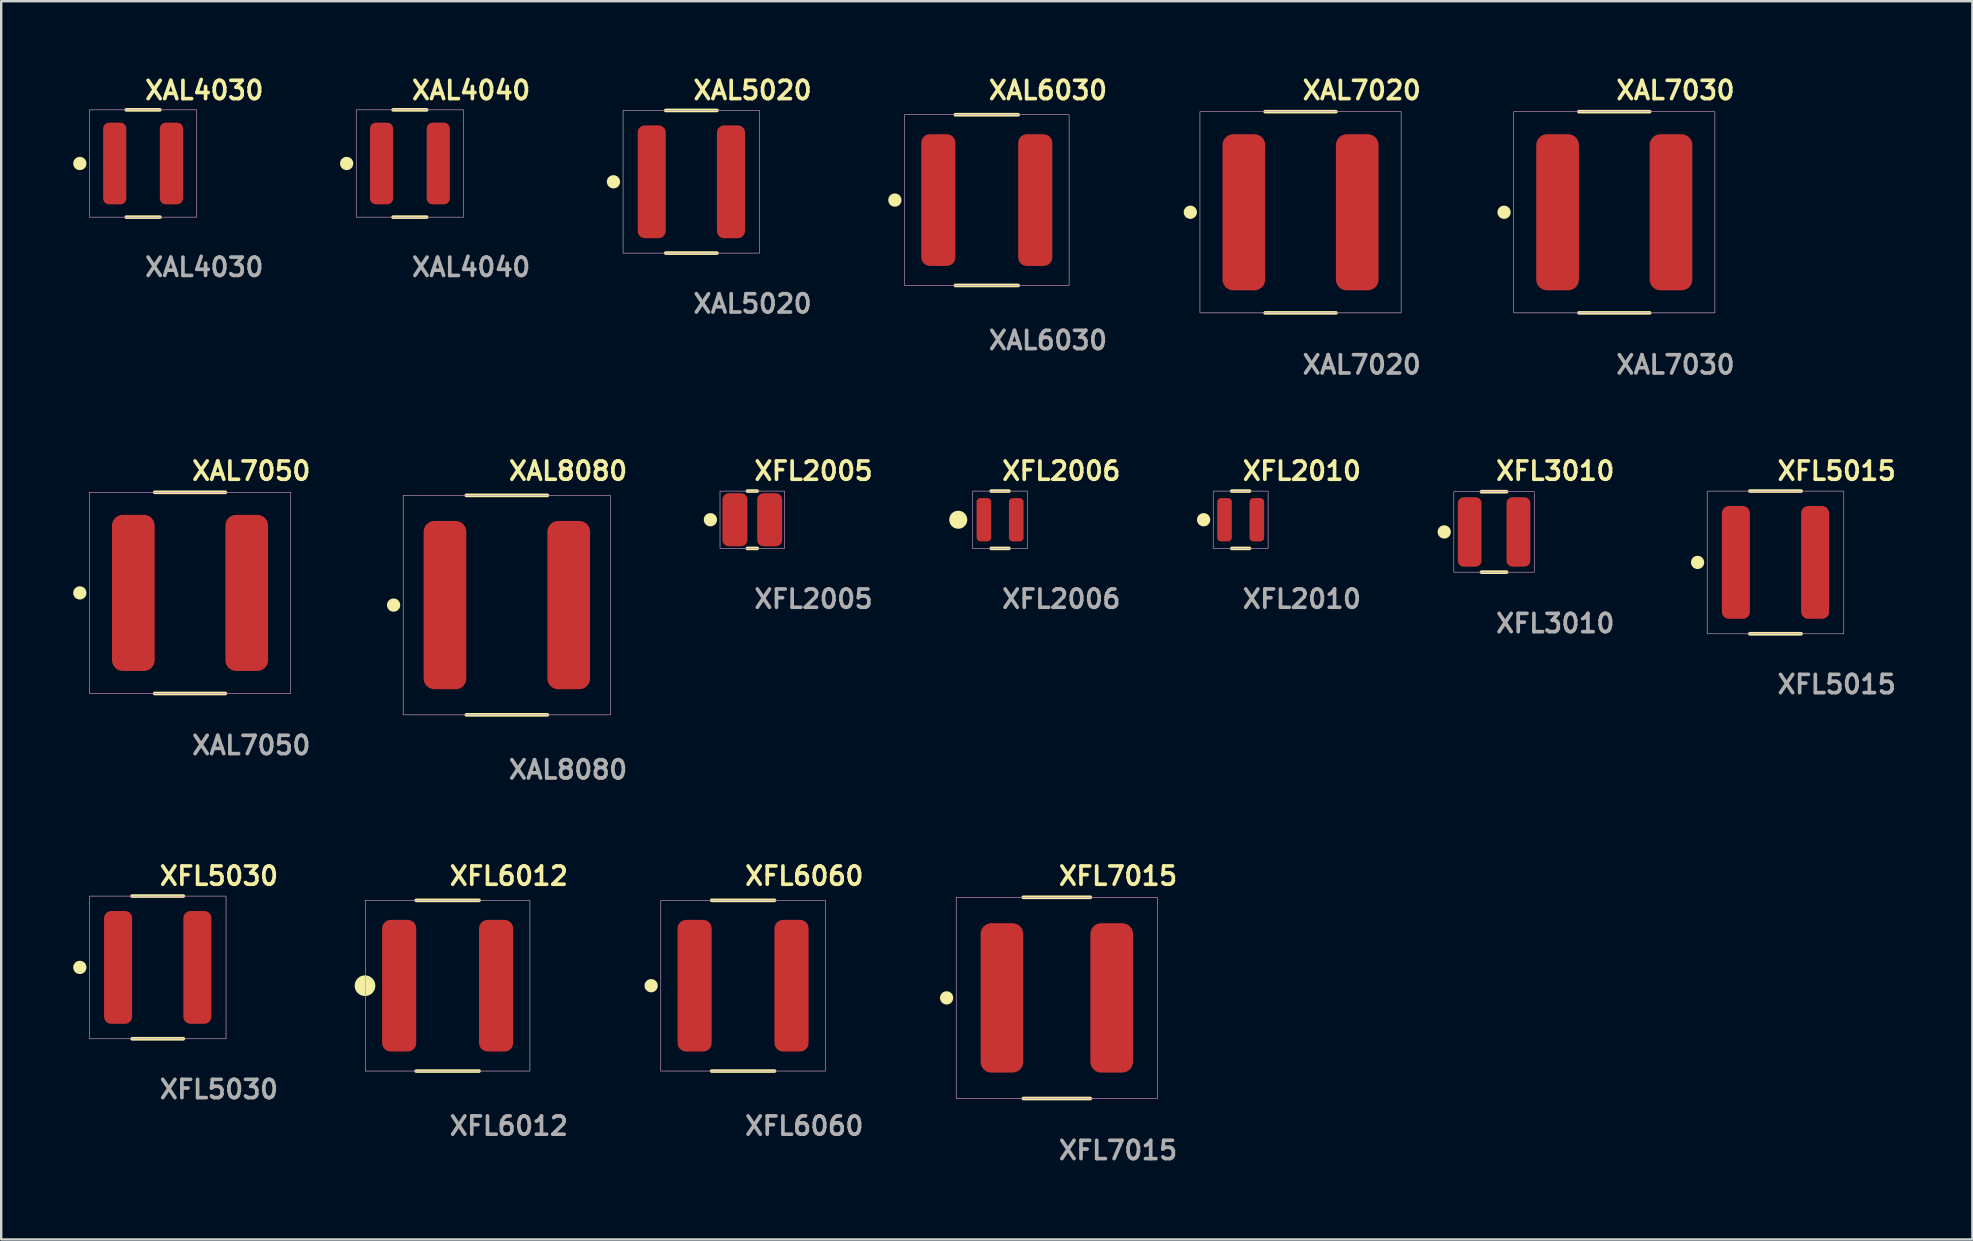
<source format=kicad_pcb>
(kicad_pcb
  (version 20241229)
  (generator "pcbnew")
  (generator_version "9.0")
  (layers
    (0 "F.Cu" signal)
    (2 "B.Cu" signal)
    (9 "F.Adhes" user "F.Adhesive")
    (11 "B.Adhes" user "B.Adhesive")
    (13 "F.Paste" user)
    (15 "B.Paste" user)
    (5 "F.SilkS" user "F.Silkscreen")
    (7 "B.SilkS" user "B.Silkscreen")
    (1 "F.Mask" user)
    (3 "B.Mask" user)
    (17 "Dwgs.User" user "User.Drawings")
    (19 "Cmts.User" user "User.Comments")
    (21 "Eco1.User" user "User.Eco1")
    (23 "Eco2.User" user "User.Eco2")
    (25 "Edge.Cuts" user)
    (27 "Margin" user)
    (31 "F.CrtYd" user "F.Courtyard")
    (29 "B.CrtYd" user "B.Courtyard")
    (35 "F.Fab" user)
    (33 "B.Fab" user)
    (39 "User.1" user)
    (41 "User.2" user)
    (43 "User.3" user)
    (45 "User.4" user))
  (footprint "XFL6012"
    (layer "F.Cu")
    (at 15.598 38.014)
    (property "Reference" "XFL6012" (at 0 -4.572 0) (unlocked yes) (layer "F.SilkS") (effects (font (size 0.762 0.762) (thickness 0.152)) (justify left)))
    (fp_line (start 1.308 -3.556) (end -1.308 -3.556) (stroke (width 0.152) (type solid)) (layer "F.SilkS"))
    (fp_line (start 1.308 3.556) (end -1.308 3.556) (stroke (width 0.152) (type solid)) (layer "F.SilkS"))
    (fp_circle (center -3.442 0) (end -3.797 0) (stroke (width 0.152) (type solid)) (fill yes) (layer "F.SilkS"))
    (fp_rect (start -3.429 -3.556) (end 3.429 3.556) (stroke (width 0.006) (type solid)) (fill no) (layer "F.CrtYd"))
    (fp_rect (start -3.429 -3.556) (end 3.429 3.556) (stroke (width 0.025) (type default)) (fill no) (layer "F.Fab"))
    (fp_text user "${REFERENCE}" (at 0 5.842 0) (unlocked yes) (layer "F.Fab") (effects (font (size 0.762 0.762) (thickness 0.152)) (justify left)))
    (pad "1" smd roundrect (at -2.019 0) (size 1.422 5.486) (layers "F.Cu" "F.Mask" "F.Paste") (roundrect_rratio 0.25))
    (pad "2" smd roundrect (at 2.019 0) (size 1.422 5.486) (layers "F.Cu" "F.Mask" "F.Paste") (roundrect_rratio 0.25)))
  (footprint "XFL3010"
    (layer "F.Cu")
    (at 59.192 19.11)
    (property "Reference" "XFL3010" (at 0 -2.54 0) (unlocked yes) (layer "F.SilkS") (effects (font (size 0.762 0.762) (thickness 0.152)) (justify left)))
    (fp_line (start 0.521 -1.676) (end -0.521 -1.676) (stroke (width 0.152) (type solid)) (layer "F.SilkS"))
    (fp_line (start 0.521 1.676) (end -0.521 1.676) (stroke (width 0.152) (type solid)) (layer "F.SilkS"))
    (fp_circle (center -2.076 0) (end -2.276 0) (stroke (width 0.152) (type solid)) (fill yes) (layer "F.SilkS"))
    (fp_rect (start -1.676 -1.676) (end 1.676 1.676) (stroke (width 0.006) (type solid)) (fill no) (layer "F.CrtYd"))
    (fp_rect (start -1.676 -1.676) (end 1.676 1.676) (stroke (width 0.025) (type default)) (fill no) (layer "F.Fab"))
    (fp_text user "${REFERENCE}" (at 0 3.81 0) (unlocked yes) (layer "F.Fab") (effects (font (size 0.762 0.762) (thickness 0.152)) (justify left)))
    (pad "1" smd roundrect (at -1.016 0) (size 0.991 2.896) (layers "F.Cu" "F.Mask" "F.Paste") (roundrect_rratio 0.25))
    (pad "2" smd roundrect (at 1.016 0) (size 0.991 2.896) (layers "F.Cu" "F.Mask" "F.Paste") (roundrect_rratio 0.25)))
  (footprint "XAL7030"
    (layer "F.Cu")
    (at 64.2 5.793)
    (property "Reference" "XAL7030" (at 0 -5.08 0) (unlocked yes) (layer "F.SilkS") (effects (font (size 0.762 0.762) (thickness 0.152)) (justify left)))
    (fp_line (start 1.473 -4.191) (end -1.473 -4.191) (stroke (width 0.152) (type solid)) (layer "F.SilkS"))
    (fp_line (start 1.473 4.191) (end -1.473 4.191) (stroke (width 0.152) (type solid)) (layer "F.SilkS"))
    (fp_circle (center -4.591 0) (end -4.791 0) (stroke (width 0.152) (type solid)) (fill yes) (layer "F.SilkS"))
    (fp_rect (start -4.191 -4.191) (end 4.191 4.191) (stroke (width 0.006) (type solid)) (fill no) (layer "F.CrtYd"))
    (fp_rect (start -4.191 -4.191) (end 4.191 4.191) (stroke (width 0.025) (type default)) (fill no) (layer "F.Fab"))
    (fp_text user "${REFERENCE}" (at 0 6.35 0) (unlocked yes) (layer "F.Fab") (effects (font (size 0.762 0.762) (thickness 0.152)) (justify left)))
    (pad "1" smd roundrect (at -2.362 0) (size 1.778 6.502) (layers "F.Cu" "F.Mask" "F.Paste") (roundrect_rratio 0.25))
    (pad "2" smd roundrect (at 2.362 0) (size 1.778 6.502) (layers "F.Cu" "F.Mask" "F.Paste") (roundrect_rratio 0.25)))
  (footprint "XFL2005"
    (layer "F.Cu")
    (at 28.291 18.602)
    (property "Reference" "XFL2005" (at 0 -2.032 0) (unlocked yes) (layer "F.SilkS") (effects (font (size 0.762 0.762) (thickness 0.152)) (justify left)))
    (fp_line (start 0.203 -1.194) (end -0.203 -1.194) (stroke (width 0.152) (type solid)) (layer "F.SilkS"))
    (fp_line (start 0.203 1.194) (end -0.203 1.194) (stroke (width 0.152) (type solid)) (layer "F.SilkS"))
    (fp_circle (center -1.746 0) (end -1.946 0) (stroke (width 0.152) (type solid)) (fill yes) (layer "F.SilkS"))
    (fp_rect (start -1.346 -1.194) (end 1.346 1.194) (stroke (width 0.006) (type solid)) (fill no) (layer "F.CrtYd"))
    (fp_rect (start -1.346 -1.194) (end 1.346 1.194) (stroke (width 0.025) (type default)) (fill no) (layer "F.Fab"))
    (fp_text user "${REFERENCE}" (at 0 3.302 0) (unlocked yes) (layer "F.Fab") (effects (font (size 0.762 0.762) (thickness 0.152)) (justify left)))
    (pad "1" smd roundrect (at -0.724 0) (size 1.041 2.21) (layers "F.Cu" "F.Mask" "F.Paste") (roundrect_rratio 0.25))
    (pad "2" smd roundrect (at 0.724 0) (size 1.041 2.21) (layers "F.Cu" "F.Mask" "F.Paste") (roundrect_rratio 0.25)))
  (footprint "XFL6060"
    (layer "F.Cu")
    (at 27.906 38.014)
    (property "Reference" "XFL6060" (at 0 -4.572 0) (unlocked yes) (layer "F.SilkS") (effects (font (size 0.762 0.762) (thickness 0.152)) (justify left)))
    (fp_line (start 1.308 -3.556) (end -1.308 -3.556) (stroke (width 0.152) (type solid)) (layer "F.SilkS"))
    (fp_line (start 1.308 3.556) (end -1.308 3.556) (stroke (width 0.152) (type solid)) (layer "F.SilkS"))
    (fp_circle (center -3.829 0) (end -4.029 0) (stroke (width 0.152) (type solid)) (fill yes) (layer "F.SilkS"))
    (fp_rect (start -3.429 -3.556) (end 3.429 3.556) (stroke (width 0.006) (type solid)) (fill no) (layer "F.CrtYd"))
    (fp_rect (start -3.429 -3.556) (end 3.429 3.556) (stroke (width 0.025) (type default)) (fill no) (layer "F.Fab"))
    (fp_text user "${REFERENCE}" (at 0 5.842 0) (unlocked yes) (layer "F.Fab") (effects (font (size 0.762 0.762) (thickness 0.152)) (justify left)))
    (pad "1" smd roundrect (at -2.019 0) (size 1.422 5.486) (layers "F.Cu" "F.Mask" "F.Paste") (roundrect_rratio 0.25))
    (pad "2" smd roundrect (at 2.019 0) (size 1.422 5.486) (layers "F.Cu" "F.Mask" "F.Paste") (roundrect_rratio 0.25)))
  (footprint "XFL2006"
    (layer "F.Cu")
    (at 38.613 18.602)
    (property "Reference" "XFL2006" (at 0 -2.032 0) (unlocked yes) (layer "F.SilkS") (effects (font (size 0.762 0.762) (thickness 0.152)) (justify left)))
    (fp_line (start 0.368 -1.194) (end -0.368 -1.194) (stroke (width 0.152) (type solid)) (layer "F.SilkS"))
    (fp_line (start 0.368 1.194) (end -0.368 1.194) (stroke (width 0.152) (type solid)) (layer "F.SilkS"))
    (fp_circle (center -1.743 0) (end -2.043 0) (stroke (width 0.152) (type solid)) (fill yes) (layer "F.SilkS"))
    (fp_rect (start -1.143 -1.194) (end 1.143 1.194) (stroke (width 0.006) (type solid)) (fill no) (layer "F.CrtYd"))
    (fp_rect (start -1.143 -1.194) (end 1.143 1.194) (stroke (width 0.025) (type default)) (fill no) (layer "F.Fab"))
    (fp_text user "${REFERENCE}" (at 0 3.302 0) (unlocked yes) (layer "F.Fab") (effects (font (size 0.762 0.762) (thickness 0.152)) (justify left)))
    (pad "1" smd roundrect (at -0.673 0) (size 0.61 1.803) (layers "F.Cu" "F.Mask" "F.Paste") (roundrect_rratio 0.25))
    (pad "2" smd roundrect (at 0.673 0) (size 0.61 1.803) (layers "F.Cu" "F.Mask" "F.Paste") (roundrect_rratio 0.25)))
  (footprint "XAL5020"
    (layer "F.Cu")
    (at 25.751 4.523)
    (property "Reference" "XAL5020" (at 0 -3.81 0) (unlocked yes) (layer "F.SilkS") (effects (font (size 0.762 0.762) (thickness 0.152)) (justify left)))
    (fp_line (start 1.067 -2.972) (end -1.067 -2.972) (stroke (width 0.152) (type solid)) (layer "F.SilkS"))
    (fp_line (start 1.067 2.972) (end -1.067 2.972) (stroke (width 0.152) (type solid)) (layer "F.SilkS"))
    (fp_circle (center -3.245 0) (end -3.445 0) (stroke (width 0.152) (type solid)) (fill yes) (layer "F.SilkS"))
    (fp_rect (start -2.845 -2.972) (end 2.845 2.972) (stroke (width 0.006) (type solid)) (fill no) (layer "F.CrtYd"))
    (fp_rect (start -2.845 -2.972) (end 2.845 2.972) (stroke (width 0.025) (type default)) (fill no) (layer "F.Fab"))
    (fp_text user "${REFERENCE}" (at 0 5.08 0) (unlocked yes) (layer "F.Fab") (effects (font (size 0.762 0.762) (thickness 0.152)) (justify left)))
    (pad "1" smd roundrect (at -1.651 0) (size 1.168 4.699) (layers "F.Cu" "F.Mask" "F.Paste") (roundrect_rratio 0.25))
    (pad "2" smd roundrect (at 1.651 0) (size 1.168 4.699) (layers "F.Cu" "F.Mask" "F.Paste") (roundrect_rratio 0.25)))
  (footprint "XAL7020"
    (layer "F.Cu")
    (at 51.13 5.793)
    (property "Reference" "XAL7020" (at 0 -5.08 0) (unlocked yes) (layer "F.SilkS") (effects (font (size 0.762 0.762) (thickness 0.152)) (justify left)))
    (fp_line (start 1.473 -4.191) (end -1.473 -4.191) (stroke (width 0.152) (type solid)) (layer "F.SilkS"))
    (fp_line (start 1.473 4.191) (end -1.473 4.191) (stroke (width 0.152) (type solid)) (layer "F.SilkS"))
    (fp_circle (center -4.591 0) (end -4.791 0) (stroke (width 0.152) (type solid)) (fill yes) (layer "F.SilkS"))
    (fp_rect (start -4.191 -4.191) (end 4.191 4.191) (stroke (width 0.006) (type solid)) (fill no) (layer "F.CrtYd"))
    (fp_rect (start -4.191 -4.191) (end 4.191 4.191) (stroke (width 0.025) (type default)) (fill no) (layer "F.Fab"))
    (fp_text user "${REFERENCE}" (at 0 6.35 0) (unlocked yes) (layer "F.Fab") (effects (font (size 0.762 0.762) (thickness 0.152)) (justify left)))
    (pad "1" smd roundrect (at -2.362 0) (size 1.778 6.502) (layers "F.Cu" "F.Mask" "F.Paste") (roundrect_rratio 0.25))
    (pad "2" smd roundrect (at 2.362 0) (size 1.778 6.502) (layers "F.Cu" "F.Mask" "F.Paste") (roundrect_rratio 0.25)))
  (footprint "XFL5015"
    (layer "F.Cu")
    (at 70.916 20.38)
    (property "Reference" "XFL5015" (at 0 -3.81 0) (unlocked yes) (layer "F.SilkS") (effects (font (size 0.762 0.762) (thickness 0.152)) (justify left)))
    (fp_line (start 1.067 -2.972) (end -1.067 -2.972) (stroke (width 0.152) (type solid)) (layer "F.SilkS"))
    (fp_line (start 1.067 2.972) (end -1.067 2.972) (stroke (width 0.152) (type solid)) (layer "F.SilkS"))
    (fp_circle (center -3.245 0) (end -3.445 0) (stroke (width 0.152) (type solid)) (fill yes) (layer "F.SilkS"))
    (fp_rect (start -2.845 -2.972) (end 2.845 2.972) (stroke (width 0.006) (type solid)) (fill no) (layer "F.CrtYd"))
    (fp_rect (start -2.845 -2.972) (end 2.845 2.972) (stroke (width 0.025) (type default)) (fill no) (layer "F.Fab"))
    (fp_text user "${REFERENCE}" (at 0 5.08 0) (unlocked yes) (layer "F.Fab") (effects (font (size 0.762 0.762) (thickness 0.152)) (justify left)))
    (pad "1" smd roundrect (at -1.651 0) (size 1.168 4.699) (layers "F.Cu" "F.Mask" "F.Paste") (roundrect_rratio 0.25))
    (pad "2" smd roundrect (at 1.651 0) (size 1.168 4.699) (layers "F.Cu" "F.Mask" "F.Paste") (roundrect_rratio 0.25)))
  (footprint "XFL5030"
    (layer "F.Cu")
    (at 3.521 37.252)
    (property "Reference" "XFL5030" (at 0 -3.81 0) (unlocked yes) (layer "F.SilkS") (effects (font (size 0.762 0.762) (thickness 0.152)) (justify left)))
    (fp_line (start 1.067 -2.972) (end -1.067 -2.972) (stroke (width 0.152) (type solid)) (layer "F.SilkS"))
    (fp_line (start 1.067 2.972) (end -1.067 2.972) (stroke (width 0.152) (type solid)) (layer "F.SilkS"))
    (fp_circle (center -3.245 0) (end -3.445 0) (stroke (width 0.152) (type solid)) (fill yes) (layer "F.SilkS"))
    (fp_rect (start -2.845 -2.972) (end 2.845 2.972) (stroke (width 0.006) (type solid)) (fill no) (layer "F.CrtYd"))
    (fp_rect (start -2.845 -2.972) (end 2.845 2.972) (stroke (width 0.025) (type default)) (fill no) (layer "F.Fab"))
    (fp_text user "${REFERENCE}" (at 0 5.08 0) (unlocked yes) (layer "F.Fab") (effects (font (size 0.762 0.762) (thickness 0.152)) (justify left)))
    (pad "1" smd roundrect (at -1.651 0) (size 1.168 4.699) (layers "F.Cu" "F.Mask" "F.Paste") (roundrect_rratio 0.25))
    (pad "2" smd roundrect (at 1.651 0) (size 1.168 4.699) (layers "F.Cu" "F.Mask" "F.Paste") (roundrect_rratio 0.25)))
  (footprint "XAL8080"
    (layer "F.Cu")
    (at 18.065 22.158)
    (property "Reference" "XAL8080" (at 0 -5.588 0) (unlocked yes) (layer "F.SilkS") (effects (font (size 0.762 0.762) (thickness 0.152)) (justify left)))
    (fp_line (start 1.689 -4.572) (end -1.689 -4.572) (stroke (width 0.152) (type solid)) (layer "F.SilkS"))
    (fp_line (start 1.689 4.572) (end -1.689 4.572) (stroke (width 0.152) (type solid)) (layer "F.SilkS"))
    (fp_circle (center -4.718 0) (end -4.918 0) (stroke (width 0.152) (type solid)) (fill yes) (layer "F.SilkS"))
    (fp_rect (start -4.318 -4.572) (end 4.318 4.572) (stroke (width 0.006) (type solid)) (fill no) (layer "F.CrtYd"))
    (fp_rect (start -4.318 -4.572) (end 4.318 4.572) (stroke (width 0.025) (type default)) (fill no) (layer "F.Fab"))
    (fp_text user "${REFERENCE}" (at 0 6.858 0) (unlocked yes) (layer "F.Fab") (effects (font (size 0.762 0.762) (thickness 0.152)) (justify left)))
    (pad "1" smd roundrect (at -2.578 0) (size 1.778 7.01) (layers "F.Cu" "F.Mask" "F.Paste") (roundrect_rratio 0.25))
    (pad "2" smd roundrect (at 2.578 0) (size 1.778 7.01) (layers "F.Cu" "F.Mask" "F.Paste") (roundrect_rratio 0.25)))
  (footprint "XAL6030"
    (layer "F.Cu")
    (at 38.059 5.285)
    (property "Reference" "XAL6030" (at 0 -4.572 0) (unlocked yes) (layer "F.SilkS") (effects (font (size 0.762 0.762) (thickness 0.152)) (justify left)))
    (fp_line (start 1.308 -3.556) (end -1.308 -3.556) (stroke (width 0.152) (type solid)) (layer "F.SilkS"))
    (fp_line (start 1.308 3.556) (end -1.308 3.556) (stroke (width 0.152) (type solid)) (layer "F.SilkS"))
    (fp_circle (center -3.829 0) (end -4.029 0) (stroke (width 0.152) (type solid)) (fill yes) (layer "F.SilkS"))
    (fp_rect (start -3.429 -3.556) (end 3.429 3.556) (stroke (width 0.006) (type solid)) (fill no) (layer "F.CrtYd"))
    (fp_rect (start -3.429 -3.556) (end 3.429 3.556) (stroke (width 0.025) (type default)) (fill no) (layer "F.Fab"))
    (fp_text user "${REFERENCE}" (at 0 5.842 0) (unlocked yes) (layer "F.Fab") (effects (font (size 0.762 0.762) (thickness 0.152)) (justify left)))
    (pad "1" smd roundrect (at -2.019 0) (size 1.422 5.486) (layers "F.Cu" "F.Mask" "F.Paste") (roundrect_rratio 0.25))
    (pad "2" smd roundrect (at 2.019 0) (size 1.422 5.486) (layers "F.Cu" "F.Mask" "F.Paste") (roundrect_rratio 0.25)))
  (footprint "XFL2010"
    (layer "F.Cu")
    (at 48.636 18.602)
    (property "Reference" "XFL2010" (at 0 -2.032 0) (unlocked yes) (layer "F.SilkS") (effects (font (size 0.762 0.762) (thickness 0.152)) (justify left)))
    (fp_line (start 0.368 -1.194) (end -0.368 -1.194) (stroke (width 0.152) (type solid)) (layer "F.SilkS"))
    (fp_line (start 0.368 1.194) (end -0.368 1.194) (stroke (width 0.152) (type solid)) (layer "F.SilkS"))
    (fp_circle (center -1.543 0) (end -1.743 0) (stroke (width 0.152) (type solid)) (fill yes) (layer "F.SilkS"))
    (fp_rect (start -1.143 -1.194) (end 1.143 1.194) (stroke (width 0.006) (type solid)) (fill no) (layer "F.CrtYd"))
    (fp_rect (start -1.143 -1.194) (end 1.143 1.194) (stroke (width 0.025) (type default)) (fill no) (layer "F.Fab"))
    (fp_text user "${REFERENCE}" (at 0 3.302 0) (unlocked yes) (layer "F.Fab") (effects (font (size 0.762 0.762) (thickness 0.152)) (justify left)))
    (pad "1" smd roundrect (at -0.673 0) (size 0.61 1.803) (layers "F.Cu" "F.Mask" "F.Paste") (roundrect_rratio 0.25))
    (pad "2" smd roundrect (at 0.673 0) (size 0.61 1.803) (layers "F.Cu" "F.Mask" "F.Paste") (roundrect_rratio 0.25)))
  (footprint "XFL7015"
    (layer "F.Cu")
    (at 40.977 38.522)
    (property "Reference" "XFL7015" (at 0 -5.08 0) (unlocked yes) (layer "F.SilkS") (effects (font (size 0.762 0.762) (thickness 0.152)) (justify left)))
    (fp_line (start 1.397 -4.191) (end -1.397 -4.191) (stroke (width 0.152) (type solid)) (layer "F.SilkS"))
    (fp_line (start 1.397 4.191) (end -1.397 4.191) (stroke (width 0.152) (type solid)) (layer "F.SilkS"))
    (fp_circle (center -4.591 0) (end -4.791 0) (stroke (width 0.152) (type solid)) (fill yes) (layer "F.SilkS"))
    (fp_rect (start -4.191 -4.191) (end 4.191 4.191) (stroke (width 0.006) (type solid)) (fill no) (layer "F.CrtYd"))
    (fp_rect (start -4.191 -4.191) (end 4.191 4.191) (stroke (width 0.025) (type default)) (fill no) (layer "F.Fab"))
    (fp_text user "${REFERENCE}" (at 0 6.35 0) (unlocked yes) (layer "F.Fab") (effects (font (size 0.762 0.762) (thickness 0.152)) (justify left)))
    (pad "1" smd roundrect (at -2.286 0) (size 1.778 6.223) (layers "F.Cu" "F.Mask" "F.Paste") (roundrect_rratio 0.25))
    (pad "2" smd roundrect (at 2.286 0) (size 1.778 6.223) (layers "F.Cu" "F.Mask" "F.Paste") (roundrect_rratio 0.25)))
  (footprint "XAL4030"
    (layer "F.Cu")
    (at 2.911 3.761)
    (property "Reference" "XAL4030" (at 0 -3.048 0) (unlocked yes) (layer "F.SilkS") (effects (font (size 0.762 0.762) (thickness 0.152)) (justify left)))
    (fp_line (start 0.699 -2.235) (end -0.699 -2.235) (stroke (width 0.152) (type solid)) (layer "F.SilkS"))
    (fp_line (start 0.699 2.235) (end -0.699 2.235) (stroke (width 0.152) (type solid)) (layer "F.SilkS"))
    (fp_circle (center -2.635 0) (end -2.835 0) (stroke (width 0.152) (type solid)) (fill yes) (layer "F.SilkS"))
    (fp_rect (start -2.235 -2.235) (end 2.235 2.235) (stroke (width 0.006) (type solid)) (fill no) (layer "F.CrtYd"))
    (fp_rect (start -2.235 -2.235) (end 2.235 2.235) (stroke (width 0.025) (type default)) (fill no) (layer "F.Fab"))
    (fp_text user "${REFERENCE}" (at 0 4.318 0) (unlocked yes) (layer "F.Fab") (effects (font (size 0.762 0.762) (thickness 0.152)) (justify left)))
    (pad "1" smd roundrect (at -1.181 0) (size 0.965 3.404) (layers "F.Cu" "F.Mask" "F.Paste") (roundrect_rratio 0.25))
    (pad "2" smd roundrect (at 1.181 0) (size 0.965 3.404) (layers "F.Cu" "F.Mask" "F.Paste") (roundrect_rratio 0.25)))
  (footprint "XAL4040"
    (layer "F.Cu")
    (at 14.026 3.761)
    (property "Reference" "XAL4040" (at 0 -3.048 0) (unlocked yes) (layer "F.SilkS") (effects (font (size 0.762 0.762) (thickness 0.152)) (justify left)))
    (fp_line (start 0.699 -2.235) (end -0.699 -2.235) (stroke (width 0.152) (type solid)) (layer "F.SilkS"))
    (fp_line (start 0.699 2.235) (end -0.699 2.235) (stroke (width 0.152) (type solid)) (layer "F.SilkS"))
    (fp_circle (center -2.635 0) (end -2.835 0) (stroke (width 0.152) (type solid)) (fill yes) (layer "F.SilkS"))
    (fp_rect (start -2.235 -2.235) (end 2.235 2.235) (stroke (width 0.006) (type solid)) (fill no) (layer "F.CrtYd"))
    (fp_rect (start -2.235 -2.235) (end 2.235 2.235) (stroke (width 0.025) (type default)) (fill no) (layer "F.Fab"))
    (fp_text user "${REFERENCE}" (at 0 4.318 0) (unlocked yes) (layer "F.Fab") (effects (font (size 0.762 0.762) (thickness 0.152)) (justify left)))
    (pad "1" smd roundrect (at -1.181 0) (size 0.965 3.404) (layers "F.Cu" "F.Mask" "F.Paste") (roundrect_rratio 0.25))
    (pad "2" smd roundrect (at 1.181 0) (size 0.965 3.404) (layers "F.Cu" "F.Mask" "F.Paste") (roundrect_rratio 0.25)))
  (footprint "XAL7050"
    (layer "F.Cu")
    (at 4.867 21.65)
    (property "Reference" "XAL7050" (at 0 -5.08 0) (unlocked yes) (layer "F.SilkS") (effects (font (size 0.762 0.762) (thickness 0.152)) (justify left)))
    (fp_line (start 1.473 -4.191) (end -1.473 -4.191) (stroke (width 0.152) (type solid)) (layer "F.SilkS"))
    (fp_line (start 1.473 4.191) (end -1.473 4.191) (stroke (width 0.152) (type solid)) (layer "F.SilkS"))
    (fp_circle (center -4.591 0) (end -4.791 0) (stroke (width 0.152) (type solid)) (fill yes) (layer "F.SilkS"))
    (fp_rect (start -4.191 -4.191) (end 4.191 4.191) (stroke (width 0.006) (type solid)) (fill no) (layer "F.CrtYd"))
    (fp_rect (start -4.191 -4.191) (end 4.191 4.191) (stroke (width 0.025) (type default)) (fill no) (layer "F.Fab"))
    (fp_text user "${REFERENCE}" (at 0 6.35 0) (unlocked yes) (layer "F.Fab") (effects (font (size 0.762 0.762) (thickness 0.152)) (justify left)))
    (pad "1" smd roundrect (at -2.362 0) (size 1.778 6.502) (layers "F.Cu" "F.Mask" "F.Paste") (roundrect_rratio 0.25))
    (pad "2" smd roundrect (at 2.362 0) (size 1.778 6.502) (layers "F.Cu" "F.Mask" "F.Paste") (roundrect_rratio 0.25)))
  (gr_rect
    (start -3 -3)
    (end 79.119 48.585)
    (stroke (width 0.1) (type default))
    (fill no)
    (layer "Edge.Cuts")))
</source>
